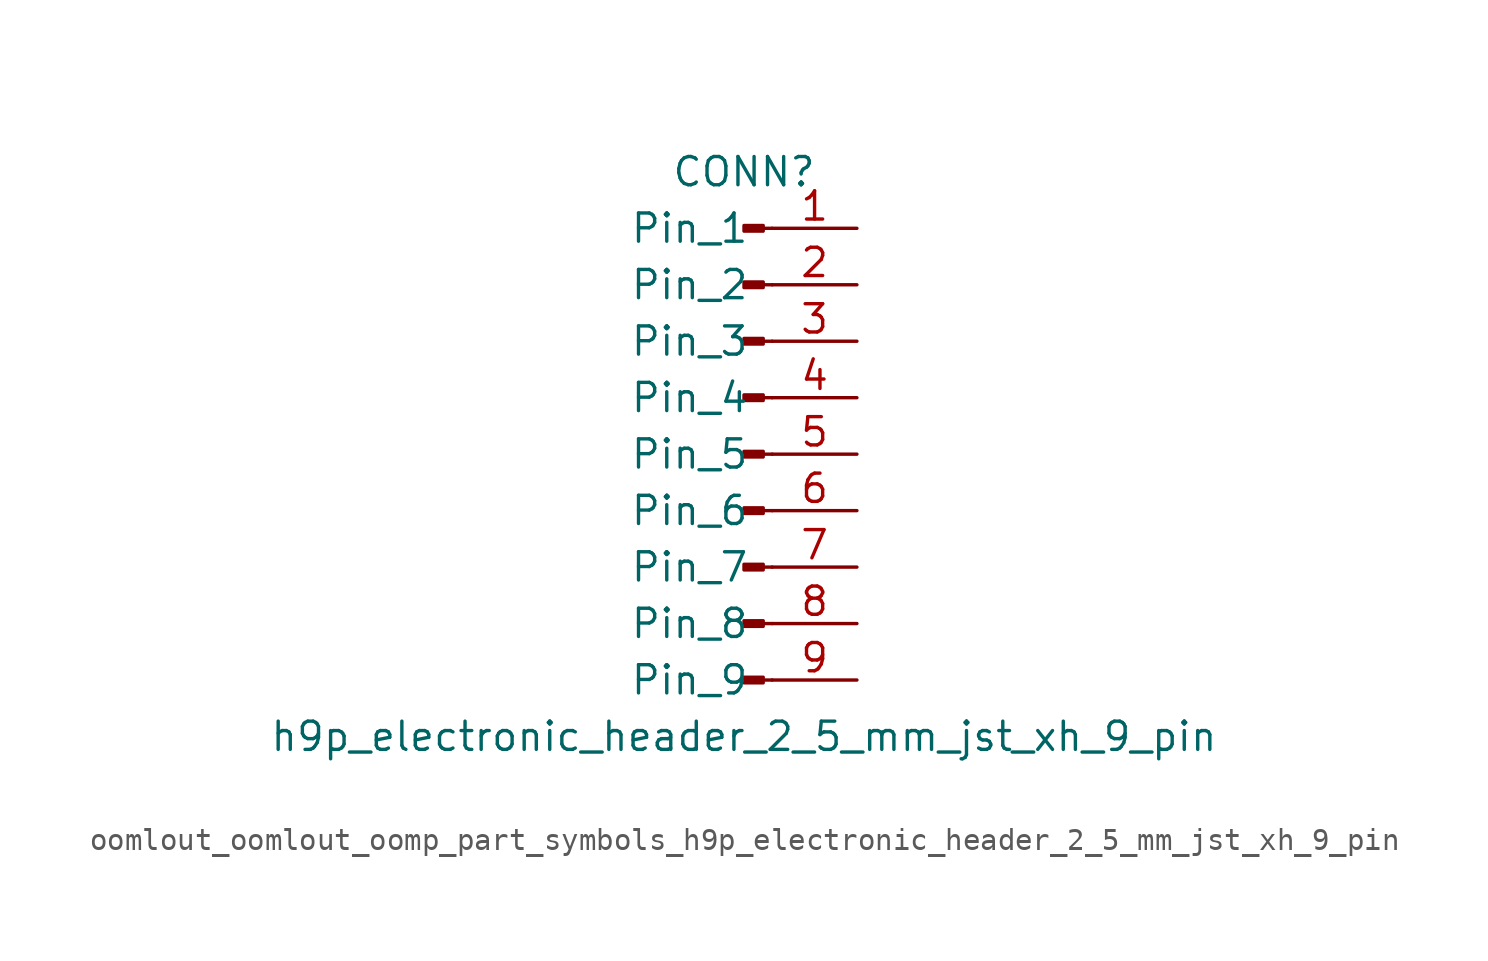
<source format=kicad_sym>
(kicad_symbol_lib
  (version 20220914)
  (generator kicad_symbol_editor)
  (symbol "oomlout_oomlout_oomp_part_symbols_h9p_electronic_header_2_5_mm_jst_xh_9_pin"
    (pin_names
      (offset 1.016))
    (property "Reference" "CONN"
      (at 0 12.7 0)
      (effects (font (size 1.27 1.27))))
    (property "Value" "h9p_electronic_header_2_5_mm_jst_xh_9_pin"
      (at 0 -12.7 0)
      (effects (font (size 1.27 1.27))))
    (property "ki_locked" ""
      (at 0 0 0)
      (effects (font (size 1.27 1.27))))
    (symbol "oomlout_oomlout_oomp_part_symbols_h9p_electronic_header_2_5_mm_jst_xh_9_pin_1_1"
      (polyline (pts (xy 1.27 -10.16) (xy 0.864 -10.16)) (stroke (width 0.152) (type default)) (fill (type none)))
      (polyline (pts (xy 1.27 -7.62) (xy 0.864 -7.62)) (stroke (width 0.152) (type default)) (fill (type none)))
      (polyline (pts (xy 1.27 -5.08) (xy 0.864 -5.08)) (stroke (width 0.152) (type default)) (fill (type none)))
      (polyline (pts (xy 1.27 -2.54) (xy 0.864 -2.54)) (stroke (width 0.152) (type default)) (fill (type none)))
      (polyline (pts (xy 1.27 0) (xy 0.864 0)) (stroke (width 0.152) (type default)) (fill (type none)))
      (polyline (pts (xy 1.27 2.54) (xy 0.864 2.54)) (stroke (width 0.152) (type default)) (fill (type none)))
      (polyline (pts (xy 1.27 5.08) (xy 0.864 5.08)) (stroke (width 0.152) (type default)) (fill (type none)))
      (polyline (pts (xy 1.27 7.62) (xy 0.864 7.62)) (stroke (width 0.152) (type default)) (fill (type none)))
      (polyline (pts (xy 1.27 10.16) (xy 0.864 10.16)) (stroke (width 0.152) (type default)) (fill (type none)))
      (rectangle (start 0.864 -10.033) (end 0 -10.287) (stroke (width 0.152) (type default)) (fill (type outline)))
      (rectangle (start 0.864 -7.493) (end 0 -7.747) (stroke (width 0.152) (type default)) (fill (type outline)))
      (rectangle (start 0.864 -4.953) (end 0 -5.207) (stroke (width 0.152) (type default)) (fill (type outline)))
      (rectangle (start 0.864 -2.413) (end 0 -2.667) (stroke (width 0.152) (type default)) (fill (type outline)))
      (rectangle (start 0.864 0.127) (end 0 -0.127) (stroke (width 0.152) (type default)) (fill (type outline)))
      (rectangle (start 0.864 2.667) (end 0 2.413) (stroke (width 0.152) (type default)) (fill (type outline)))
      (rectangle (start 0.864 5.207) (end 0 4.953) (stroke (width 0.152) (type default)) (fill (type outline)))
      (rectangle (start 0.864 7.747) (end 0 7.493) (stroke (width 0.152) (type default)) (fill (type outline)))
      (rectangle (start 0.864 10.287) (end 0 10.033) (stroke (width 0.152) (type default)) (fill (type outline)))
      (pin passive line (at 5.08 10.16 180) (length 3.81) (name "Pin_1" (effects (font (size 1.27 1.27)))) (number "1" (effects (font (size 1.27 1.27)))))
      (pin passive line (at 5.08 7.62 180) (length 3.81) (name "Pin_2" (effects (font (size 1.27 1.27)))) (number "2" (effects (font (size 1.27 1.27)))))
      (pin passive line (at 5.08 5.08 180) (length 3.81) (name "Pin_3" (effects (font (size 1.27 1.27)))) (number "3" (effects (font (size 1.27 1.27)))))
      (pin passive line (at 5.08 2.54 180) (length 3.81) (name "Pin_4" (effects (font (size 1.27 1.27)))) (number "4" (effects (font (size 1.27 1.27)))))
      (pin passive line (at 5.08 0 180) (length 3.81) (name "Pin_5" (effects (font (size 1.27 1.27)))) (number "5" (effects (font (size 1.27 1.27)))))
      (pin passive line (at 5.08 -2.54 180) (length 3.81) (name "Pin_6" (effects (font (size 1.27 1.27)))) (number "6" (effects (font (size 1.27 1.27)))))
      (pin passive line (at 5.08 -5.08 180) (length 3.81) (name "Pin_7" (effects (font (size 1.27 1.27)))) (number "7" (effects (font (size 1.27 1.27)))))
      (pin passive line (at 5.08 -7.62 180) (length 3.81) (name "Pin_8" (effects (font (size 1.27 1.27)))) (number "8" (effects (font (size 1.27 1.27)))))
      (pin passive line (at 5.08 -10.16 180) (length 3.81) (name "Pin_9" (effects (font (size 1.27 1.27)))) (number "9" (effects (font (size 1.27 1.27))))))))
</source>
